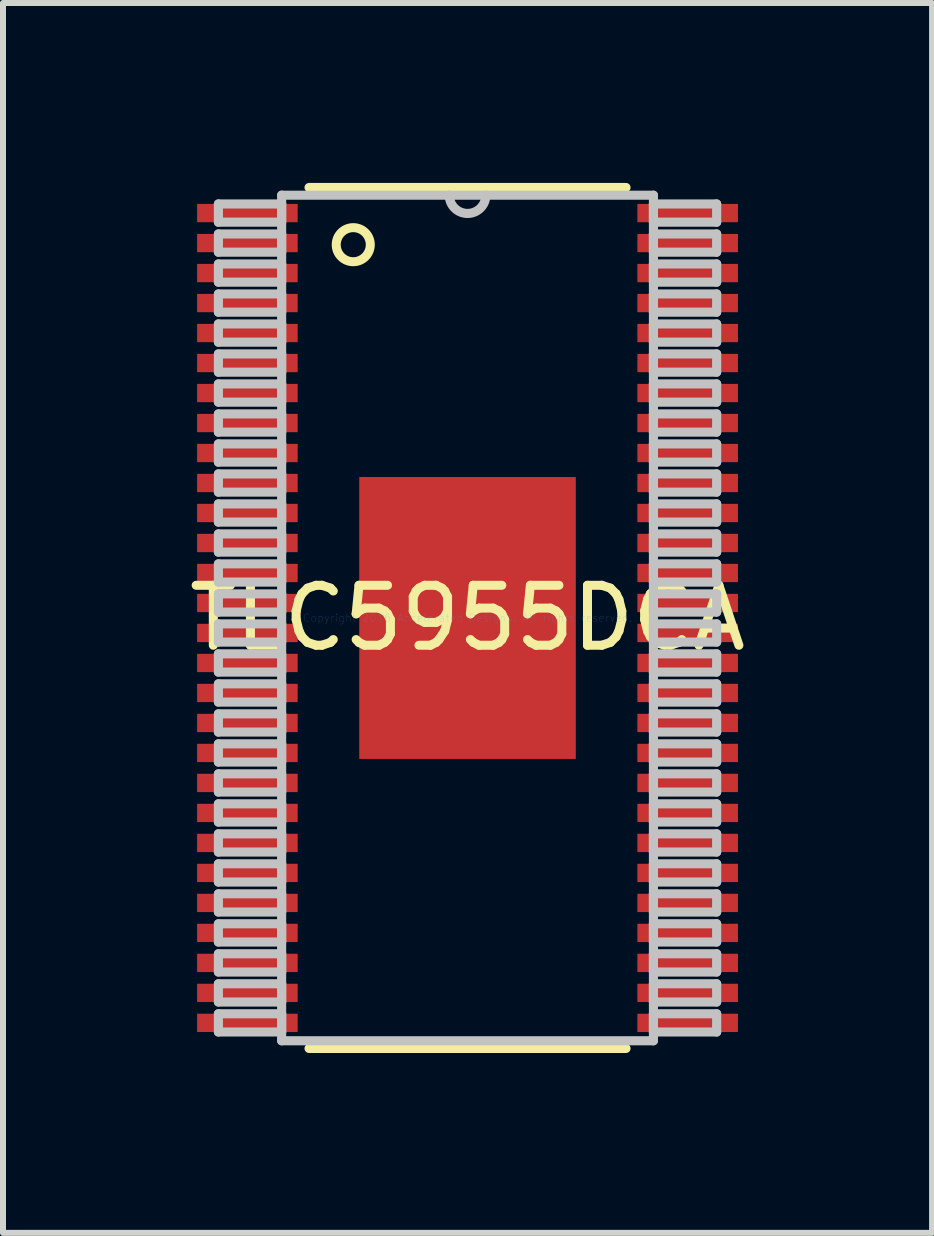
<source format=kicad_pcb>
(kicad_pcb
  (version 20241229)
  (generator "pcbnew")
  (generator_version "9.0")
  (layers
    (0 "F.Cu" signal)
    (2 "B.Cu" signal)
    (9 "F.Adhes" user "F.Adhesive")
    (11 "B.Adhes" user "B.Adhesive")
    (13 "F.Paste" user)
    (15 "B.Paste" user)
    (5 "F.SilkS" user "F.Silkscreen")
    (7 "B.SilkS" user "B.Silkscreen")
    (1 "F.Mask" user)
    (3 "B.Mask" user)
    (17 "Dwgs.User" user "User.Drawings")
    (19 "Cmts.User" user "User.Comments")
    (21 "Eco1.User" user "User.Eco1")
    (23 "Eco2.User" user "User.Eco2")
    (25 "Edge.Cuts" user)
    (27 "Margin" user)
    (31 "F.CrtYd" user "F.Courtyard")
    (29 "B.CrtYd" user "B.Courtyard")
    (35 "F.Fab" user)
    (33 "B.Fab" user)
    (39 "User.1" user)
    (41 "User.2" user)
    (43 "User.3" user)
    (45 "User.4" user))
  (footprint "TLC5955DCA"
    (layer "F.Cu")
    (at 4.744 7.252)
    (property "Reference" "TLC5955DCA" (at 0 0 0) (layer "F.SilkS") (effects (font (size 1 1) (thickness 0.15))))
    (attr smd)
    (fp_line (start -2.642 7.176) (end 2.642 7.176) (stroke (width 0.152) (type solid)) (layer "F.SilkS"))
    (fp_line (start 2.642 -7.176) (end -2.642 -7.176) (stroke (width 0.152) (type solid)) (layer "F.SilkS"))
    (fp_circle (center -1.905 -6.223) (end -1.651 -6.096) (stroke (width 0.15) (type solid)) (fill no) (layer "F.SilkS"))
    (fp_line (start -4.153 -6.902) (end -4.153 -6.598) (stroke (width 0.152) (type solid)) (layer "Dwgs.User"))
    (fp_line (start -4.153 -6.598) (end -3.099 -6.598) (stroke (width 0.152) (type solid)) (layer "Dwgs.User"))
    (fp_line (start -4.153 -6.402) (end -4.153 -6.098) (stroke (width 0.152) (type solid)) (layer "Dwgs.User"))
    (fp_line (start -4.153 -6.098) (end -3.099 -6.098) (stroke (width 0.152) (type solid)) (layer "Dwgs.User"))
    (fp_line (start -4.153 -5.902) (end -4.153 -5.598) (stroke (width 0.152) (type solid)) (layer "Dwgs.User"))
    (fp_line (start -4.153 -5.598) (end -3.099 -5.598) (stroke (width 0.152) (type solid)) (layer "Dwgs.User"))
    (fp_line (start -4.153 -5.402) (end -4.153 -5.098) (stroke (width 0.152) (type solid)) (layer "Dwgs.User"))
    (fp_line (start -4.153 -5.098) (end -3.099 -5.098) (stroke (width 0.152) (type solid)) (layer "Dwgs.User"))
    (fp_line (start -4.153 -4.902) (end -4.153 -4.598) (stroke (width 0.152) (type solid)) (layer "Dwgs.User"))
    (fp_line (start -4.153 -4.598) (end -3.099 -4.598) (stroke (width 0.152) (type solid)) (layer "Dwgs.User"))
    (fp_line (start -4.153 -4.402) (end -4.153 -4.098) (stroke (width 0.152) (type solid)) (layer "Dwgs.User"))
    (fp_line (start -4.153 -4.098) (end -3.099 -4.098) (stroke (width 0.152) (type solid)) (layer "Dwgs.User"))
    (fp_line (start -4.153 -3.902) (end -4.153 -3.598) (stroke (width 0.152) (type solid)) (layer "Dwgs.User"))
    (fp_line (start -4.153 -3.598) (end -3.099 -3.598) (stroke (width 0.152) (type solid)) (layer "Dwgs.User"))
    (fp_line (start -4.153 -3.402) (end -4.153 -3.098) (stroke (width 0.152) (type solid)) (layer "Dwgs.User"))
    (fp_line (start -4.153 -3.098) (end -3.099 -3.098) (stroke (width 0.152) (type solid)) (layer "Dwgs.User"))
    (fp_line (start -4.153 -2.902) (end -4.153 -2.598) (stroke (width 0.152) (type solid)) (layer "Dwgs.User"))
    (fp_line (start -4.153 -2.598) (end -3.099 -2.598) (stroke (width 0.152) (type solid)) (layer "Dwgs.User"))
    (fp_line (start -4.153 -2.402) (end -4.153 -2.098) (stroke (width 0.152) (type solid)) (layer "Dwgs.User"))
    (fp_line (start -4.153 -2.098) (end -3.099 -2.098) (stroke (width 0.152) (type solid)) (layer "Dwgs.User"))
    (fp_line (start -4.153 -1.902) (end -4.153 -1.598) (stroke (width 0.152) (type solid)) (layer "Dwgs.User"))
    (fp_line (start -4.153 -1.598) (end -3.099 -1.598) (stroke (width 0.152) (type solid)) (layer "Dwgs.User"))
    (fp_line (start -4.153 -1.402) (end -4.153 -1.098) (stroke (width 0.152) (type solid)) (layer "Dwgs.User"))
    (fp_line (start -4.153 -1.098) (end -3.099 -1.098) (stroke (width 0.152) (type solid)) (layer "Dwgs.User"))
    (fp_line (start -4.153 -0.902) (end -4.153 -0.598) (stroke (width 0.152) (type solid)) (layer "Dwgs.User"))
    (fp_line (start -4.153 -0.598) (end -3.099 -0.598) (stroke (width 0.152) (type solid)) (layer "Dwgs.User"))
    (fp_line (start -4.153 -0.402) (end -4.153 -0.098) (stroke (width 0.152) (type solid)) (layer "Dwgs.User"))
    (fp_line (start -4.153 -0.098) (end -3.099 -0.098) (stroke (width 0.152) (type solid)) (layer "Dwgs.User"))
    (fp_line (start -4.153 0.098) (end -4.153 0.402) (stroke (width 0.152) (type solid)) (layer "Dwgs.User"))
    (fp_line (start -4.153 0.402) (end -3.099 0.402) (stroke (width 0.152) (type solid)) (layer "Dwgs.User"))
    (fp_line (start -4.153 0.598) (end -4.153 0.902) (stroke (width 0.152) (type solid)) (layer "Dwgs.User"))
    (fp_line (start -4.153 0.902) (end -3.099 0.902) (stroke (width 0.152) (type solid)) (layer "Dwgs.User"))
    (fp_line (start -4.153 1.098) (end -4.153 1.402) (stroke (width 0.152) (type solid)) (layer "Dwgs.User"))
    (fp_line (start -4.153 1.402) (end -3.099 1.402) (stroke (width 0.152) (type solid)) (layer "Dwgs.User"))
    (fp_line (start -4.153 1.598) (end -4.153 1.902) (stroke (width 0.152) (type solid)) (layer "Dwgs.User"))
    (fp_line (start -4.153 1.902) (end -3.099 1.902) (stroke (width 0.152) (type solid)) (layer "Dwgs.User"))
    (fp_line (start -4.153 2.098) (end -4.153 2.402) (stroke (width 0.152) (type solid)) (layer "Dwgs.User"))
    (fp_line (start -4.153 2.402) (end -3.099 2.402) (stroke (width 0.152) (type solid)) (layer "Dwgs.User"))
    (fp_line (start -4.153 2.598) (end -4.153 2.902) (stroke (width 0.152) (type solid)) (layer "Dwgs.User"))
    (fp_line (start -4.153 2.902) (end -3.099 2.902) (stroke (width 0.152) (type solid)) (layer "Dwgs.User"))
    (fp_line (start -4.153 3.098) (end -4.153 3.402) (stroke (width 0.152) (type solid)) (layer "Dwgs.User"))
    (fp_line (start -4.153 3.402) (end -3.099 3.402) (stroke (width 0.152) (type solid)) (layer "Dwgs.User"))
    (fp_line (start -4.153 3.598) (end -4.153 3.902) (stroke (width 0.152) (type solid)) (layer "Dwgs.User"))
    (fp_line (start -4.153 3.902) (end -3.099 3.902) (stroke (width 0.152) (type solid)) (layer "Dwgs.User"))
    (fp_line (start -4.153 4.098) (end -4.153 4.402) (stroke (width 0.152) (type solid)) (layer "Dwgs.User"))
    (fp_line (start -4.153 4.402) (end -3.099 4.402) (stroke (width 0.152) (type solid)) (layer "Dwgs.User"))
    (fp_line (start -4.153 4.598) (end -4.153 4.902) (stroke (width 0.152) (type solid)) (layer "Dwgs.User"))
    (fp_line (start -4.153 4.902) (end -3.099 4.902) (stroke (width 0.152) (type solid)) (layer "Dwgs.User"))
    (fp_line (start -4.153 5.098) (end -4.153 5.402) (stroke (width 0.152) (type solid)) (layer "Dwgs.User"))
    (fp_line (start -4.153 5.402) (end -3.099 5.402) (stroke (width 0.152) (type solid)) (layer "Dwgs.User"))
    (fp_line (start -4.153 5.598) (end -4.153 5.902) (stroke (width 0.152) (type solid)) (layer "Dwgs.User"))
    (fp_line (start -4.153 5.902) (end -3.099 5.902) (stroke (width 0.152) (type solid)) (layer "Dwgs.User"))
    (fp_line (start -4.153 6.098) (end -4.153 6.402) (stroke (width 0.152) (type solid)) (layer "Dwgs.User"))
    (fp_line (start -4.153 6.402) (end -3.099 6.402) (stroke (width 0.152) (type solid)) (layer "Dwgs.User"))
    (fp_line (start -4.153 6.598) (end -4.153 6.902) (stroke (width 0.152) (type solid)) (layer "Dwgs.User"))
    (fp_line (start -4.153 6.902) (end -3.099 6.902) (stroke (width 0.152) (type solid)) (layer "Dwgs.User"))
    (fp_line (start -3.099 -7.048) (end -3.099 7.048) (stroke (width 0.152) (type solid)) (layer "Dwgs.User"))
    (fp_line (start -3.099 -6.902) (end -4.153 -6.902) (stroke (width 0.152) (type solid)) (layer "Dwgs.User"))
    (fp_line (start -3.099 -6.598) (end -3.099 -6.902) (stroke (width 0.152) (type solid)) (layer "Dwgs.User"))
    (fp_line (start -3.099 -6.402) (end -4.153 -6.402) (stroke (width 0.152) (type solid)) (layer "Dwgs.User"))
    (fp_line (start -3.099 -6.098) (end -3.099 -6.402) (stroke (width 0.152) (type solid)) (layer "Dwgs.User"))
    (fp_line (start -3.099 -5.902) (end -4.153 -5.902) (stroke (width 0.152) (type solid)) (layer "Dwgs.User"))
    (fp_line (start -3.099 -5.598) (end -3.099 -5.902) (stroke (width 0.152) (type solid)) (layer "Dwgs.User"))
    (fp_line (start -3.099 -5.402) (end -4.153 -5.402) (stroke (width 0.152) (type solid)) (layer "Dwgs.User"))
    (fp_line (start -3.099 -5.098) (end -3.099 -5.402) (stroke (width 0.152) (type solid)) (layer "Dwgs.User"))
    (fp_line (start -3.099 -4.902) (end -4.153 -4.902) (stroke (width 0.152) (type solid)) (layer "Dwgs.User"))
    (fp_line (start -3.099 -4.598) (end -3.099 -4.902) (stroke (width 0.152) (type solid)) (layer "Dwgs.User"))
    (fp_line (start -3.099 -4.402) (end -4.153 -4.402) (stroke (width 0.152) (type solid)) (layer "Dwgs.User"))
    (fp_line (start -3.099 -4.098) (end -3.099 -4.402) (stroke (width 0.152) (type solid)) (layer "Dwgs.User"))
    (fp_line (start -3.099 -3.902) (end -4.153 -3.902) (stroke (width 0.152) (type solid)) (layer "Dwgs.User"))
    (fp_line (start -3.099 -3.598) (end -3.099 -3.902) (stroke (width 0.152) (type solid)) (layer "Dwgs.User"))
    (fp_line (start -3.099 -3.402) (end -4.153 -3.402) (stroke (width 0.152) (type solid)) (layer "Dwgs.User"))
    (fp_line (start -3.099 -3.098) (end -3.099 -3.402) (stroke (width 0.152) (type solid)) (layer "Dwgs.User"))
    (fp_line (start -3.099 -2.902) (end -4.153 -2.902) (stroke (width 0.152) (type solid)) (layer "Dwgs.User"))
    (fp_line (start -3.099 -2.598) (end -3.099 -2.902) (stroke (width 0.152) (type solid)) (layer "Dwgs.User"))
    (fp_line (start -3.099 -2.402) (end -4.153 -2.402) (stroke (width 0.152) (type solid)) (layer "Dwgs.User"))
    (fp_line (start -3.099 -2.098) (end -3.099 -2.402) (stroke (width 0.152) (type solid)) (layer "Dwgs.User"))
    (fp_line (start -3.099 -1.902) (end -4.153 -1.902) (stroke (width 0.152) (type solid)) (layer "Dwgs.User"))
    (fp_line (start -3.099 -1.598) (end -3.099 -1.902) (stroke (width 0.152) (type solid)) (layer "Dwgs.User"))
    (fp_line (start -3.099 -1.402) (end -4.153 -1.402) (stroke (width 0.152) (type solid)) (layer "Dwgs.User"))
    (fp_line (start -3.099 -1.098) (end -3.099 -1.402) (stroke (width 0.152) (type solid)) (layer "Dwgs.User"))
    (fp_line (start -3.099 -0.902) (end -4.153 -0.902) (stroke (width 0.152) (type solid)) (layer "Dwgs.User"))
    (fp_line (start -3.099 -0.598) (end -3.099 -0.902) (stroke (width 0.152) (type solid)) (layer "Dwgs.User"))
    (fp_line (start -3.099 -0.402) (end -4.153 -0.402) (stroke (width 0.152) (type solid)) (layer "Dwgs.User"))
    (fp_line (start -3.099 -0.098) (end -3.099 -0.402) (stroke (width 0.152) (type solid)) (layer "Dwgs.User"))
    (fp_line (start -3.099 0.098) (end -4.153 0.098) (stroke (width 0.152) (type solid)) (layer "Dwgs.User"))
    (fp_line (start -3.099 0.402) (end -3.099 0.098) (stroke (width 0.152) (type solid)) (layer "Dwgs.User"))
    (fp_line (start -3.099 0.598) (end -4.153 0.598) (stroke (width 0.152) (type solid)) (layer "Dwgs.User"))
    (fp_line (start -3.099 0.902) (end -3.099 0.598) (stroke (width 0.152) (type solid)) (layer "Dwgs.User"))
    (fp_line (start -3.099 1.098) (end -4.153 1.098) (stroke (width 0.152) (type solid)) (layer "Dwgs.User"))
    (fp_line (start -3.099 1.402) (end -3.099 1.098) (stroke (width 0.152) (type solid)) (layer "Dwgs.User"))
    (fp_line (start -3.099 1.598) (end -4.153 1.598) (stroke (width 0.152) (type solid)) (layer "Dwgs.User"))
    (fp_line (start -3.099 1.902) (end -3.099 1.598) (stroke (width 0.152) (type solid)) (layer "Dwgs.User"))
    (fp_line (start -3.099 2.098) (end -4.153 2.098) (stroke (width 0.152) (type solid)) (layer "Dwgs.User"))
    (fp_line (start -3.099 2.402) (end -3.099 2.098) (stroke (width 0.152) (type solid)) (layer "Dwgs.User"))
    (fp_line (start -3.099 2.598) (end -4.153 2.598) (stroke (width 0.152) (type solid)) (layer "Dwgs.User"))
    (fp_line (start -3.099 2.902) (end -3.099 2.598) (stroke (width 0.152) (type solid)) (layer "Dwgs.User"))
    (fp_line (start -3.099 3.098) (end -4.153 3.098) (stroke (width 0.152) (type solid)) (layer "Dwgs.User"))
    (fp_line (start -3.099 3.402) (end -3.099 3.098) (stroke (width 0.152) (type solid)) (layer "Dwgs.User"))
    (fp_line (start -3.099 3.598) (end -4.153 3.598) (stroke (width 0.152) (type solid)) (layer "Dwgs.User"))
    (fp_line (start -3.099 3.902) (end -3.099 3.598) (stroke (width 0.152) (type solid)) (layer "Dwgs.User"))
    (fp_line (start -3.099 4.098) (end -4.153 4.098) (stroke (width 0.152) (type solid)) (layer "Dwgs.User"))
    (fp_line (start -3.099 4.402) (end -3.099 4.098) (stroke (width 0.152) (type solid)) (layer "Dwgs.User"))
    (fp_line (start -3.099 4.598) (end -4.153 4.598) (stroke (width 0.152) (type solid)) (layer "Dwgs.User"))
    (fp_line (start -3.099 4.902) (end -3.099 4.598) (stroke (width 0.152) (type solid)) (layer "Dwgs.User"))
    (fp_line (start -3.099 5.098) (end -4.153 5.098) (stroke (width 0.152) (type solid)) (layer "Dwgs.User"))
    (fp_line (start -3.099 5.402) (end -3.099 5.098) (stroke (width 0.152) (type solid)) (layer "Dwgs.User"))
    (fp_line (start -3.099 5.598) (end -4.153 5.598) (stroke (width 0.152) (type solid)) (layer "Dwgs.User"))
    (fp_line (start -3.099 5.902) (end -3.099 5.598) (stroke (width 0.152) (type solid)) (layer "Dwgs.User"))
    (fp_line (start -3.099 6.098) (end -4.153 6.098) (stroke (width 0.152) (type solid)) (layer "Dwgs.User"))
    (fp_line (start -3.099 6.402) (end -3.099 6.098) (stroke (width 0.152) (type solid)) (layer "Dwgs.User"))
    (fp_line (start -3.099 6.598) (end -4.153 6.598) (stroke (width 0.152) (type solid)) (layer "Dwgs.User"))
    (fp_line (start -3.099 6.902) (end -3.099 6.598) (stroke (width 0.152) (type solid)) (layer "Dwgs.User"))
    (fp_line (start -3.099 7.048) (end 3.099 7.048) (stroke (width 0.152) (type solid)) (layer "Dwgs.User"))
    (fp_line (start 3.099 -7.048) (end -3.099 -7.048) (stroke (width 0.152) (type solid)) (layer "Dwgs.User"))
    (fp_line (start 3.099 -6.902) (end 3.099 -6.598) (stroke (width 0.152) (type solid)) (layer "Dwgs.User"))
    (fp_line (start 3.099 -6.598) (end 4.153 -6.598) (stroke (width 0.152) (type solid)) (layer "Dwgs.User"))
    (fp_line (start 3.099 -6.402) (end 3.099 -6.098) (stroke (width 0.152) (type solid)) (layer "Dwgs.User"))
    (fp_line (start 3.099 -6.098) (end 4.153 -6.098) (stroke (width 0.152) (type solid)) (layer "Dwgs.User"))
    (fp_line (start 3.099 -5.902) (end 3.099 -5.598) (stroke (width 0.152) (type solid)) (layer "Dwgs.User"))
    (fp_line (start 3.099 -5.598) (end 4.153 -5.598) (stroke (width 0.152) (type solid)) (layer "Dwgs.User"))
    (fp_line (start 3.099 -5.402) (end 3.099 -5.098) (stroke (width 0.152) (type solid)) (layer "Dwgs.User"))
    (fp_line (start 3.099 -5.098) (end 4.153 -5.098) (stroke (width 0.152) (type solid)) (layer "Dwgs.User"))
    (fp_line (start 3.099 -4.902) (end 3.099 -4.598) (stroke (width 0.152) (type solid)) (layer "Dwgs.User"))
    (fp_line (start 3.099 -4.598) (end 4.153 -4.598) (stroke (width 0.152) (type solid)) (layer "Dwgs.User"))
    (fp_line (start 3.099 -4.402) (end 3.099 -4.098) (stroke (width 0.152) (type solid)) (layer "Dwgs.User"))
    (fp_line (start 3.099 -4.098) (end 4.153 -4.098) (stroke (width 0.152) (type solid)) (layer "Dwgs.User"))
    (fp_line (start 3.099 -3.902) (end 3.099 -3.598) (stroke (width 0.152) (type solid)) (layer "Dwgs.User"))
    (fp_line (start 3.099 -3.598) (end 4.153 -3.598) (stroke (width 0.152) (type solid)) (layer "Dwgs.User"))
    (fp_line (start 3.099 -3.402) (end 3.099 -3.098) (stroke (width 0.152) (type solid)) (layer "Dwgs.User"))
    (fp_line (start 3.099 -3.098) (end 4.153 -3.098) (stroke (width 0.152) (type solid)) (layer "Dwgs.User"))
    (fp_line (start 3.099 -2.902) (end 3.099 -2.598) (stroke (width 0.152) (type solid)) (layer "Dwgs.User"))
    (fp_line (start 3.099 -2.598) (end 4.153 -2.598) (stroke (width 0.152) (type solid)) (layer "Dwgs.User"))
    (fp_line (start 3.099 -2.402) (end 3.099 -2.098) (stroke (width 0.152) (type solid)) (layer "Dwgs.User"))
    (fp_line (start 3.099 -2.098) (end 4.153 -2.098) (stroke (width 0.152) (type solid)) (layer "Dwgs.User"))
    (fp_line (start 3.099 -1.902) (end 3.099 -1.598) (stroke (width 0.152) (type solid)) (layer "Dwgs.User"))
    (fp_line (start 3.099 -1.598) (end 4.153 -1.598) (stroke (width 0.152) (type solid)) (layer "Dwgs.User"))
    (fp_line (start 3.099 -1.402) (end 3.099 -1.098) (stroke (width 0.152) (type solid)) (layer "Dwgs.User"))
    (fp_line (start 3.099 -1.098) (end 4.153 -1.098) (stroke (width 0.152) (type solid)) (layer "Dwgs.User"))
    (fp_line (start 3.099 -0.902) (end 3.099 -0.598) (stroke (width 0.152) (type solid)) (layer "Dwgs.User"))
    (fp_line (start 3.099 -0.598) (end 4.153 -0.598) (stroke (width 0.152) (type solid)) (layer "Dwgs.User"))
    (fp_line (start 3.099 -0.402) (end 3.099 -0.098) (stroke (width 0.152) (type solid)) (layer "Dwgs.User"))
    (fp_line (start 3.099 -0.098) (end 4.153 -0.098) (stroke (width 0.152) (type solid)) (layer "Dwgs.User"))
    (fp_line (start 3.099 0.098) (end 3.099 0.402) (stroke (width 0.152) (type solid)) (layer "Dwgs.User"))
    (fp_line (start 3.099 0.402) (end 4.153 0.402) (stroke (width 0.152) (type solid)) (layer "Dwgs.User"))
    (fp_line (start 3.099 0.598) (end 3.099 0.902) (stroke (width 0.152) (type solid)) (layer "Dwgs.User"))
    (fp_line (start 3.099 0.902) (end 4.153 0.902) (stroke (width 0.152) (type solid)) (layer "Dwgs.User"))
    (fp_line (start 3.099 1.098) (end 3.099 1.402) (stroke (width 0.152) (type solid)) (layer "Dwgs.User"))
    (fp_line (start 3.099 1.402) (end 4.153 1.402) (stroke (width 0.152) (type solid)) (layer "Dwgs.User"))
    (fp_line (start 3.099 1.598) (end 3.099 1.902) (stroke (width 0.152) (type solid)) (layer "Dwgs.User"))
    (fp_line (start 3.099 1.902) (end 4.153 1.902) (stroke (width 0.152) (type solid)) (layer "Dwgs.User"))
    (fp_line (start 3.099 2.098) (end 3.099 2.402) (stroke (width 0.152) (type solid)) (layer "Dwgs.User"))
    (fp_line (start 3.099 2.402) (end 4.153 2.402) (stroke (width 0.152) (type solid)) (layer "Dwgs.User"))
    (fp_line (start 3.099 2.598) (end 3.099 2.902) (stroke (width 0.152) (type solid)) (layer "Dwgs.User"))
    (fp_line (start 3.099 2.902) (end 4.153 2.902) (stroke (width 0.152) (type solid)) (layer "Dwgs.User"))
    (fp_line (start 3.099 3.098) (end 3.099 3.402) (stroke (width 0.152) (type solid)) (layer "Dwgs.User"))
    (fp_line (start 3.099 3.402) (end 4.153 3.402) (stroke (width 0.152) (type solid)) (layer "Dwgs.User"))
    (fp_line (start 3.099 3.598) (end 3.099 3.902) (stroke (width 0.152) (type solid)) (layer "Dwgs.User"))
    (fp_line (start 3.099 3.902) (end 4.153 3.902) (stroke (width 0.152) (type solid)) (layer "Dwgs.User"))
    (fp_line (start 3.099 4.098) (end 3.099 4.402) (stroke (width 0.152) (type solid)) (layer "Dwgs.User"))
    (fp_line (start 3.099 4.402) (end 4.153 4.402) (stroke (width 0.152) (type solid)) (layer "Dwgs.User"))
    (fp_line (start 3.099 4.598) (end 3.099 4.902) (stroke (width 0.152) (type solid)) (layer "Dwgs.User"))
    (fp_line (start 3.099 4.902) (end 4.153 4.902) (stroke (width 0.152) (type solid)) (layer "Dwgs.User"))
    (fp_line (start 3.099 5.098) (end 3.099 5.402) (stroke (width 0.152) (type solid)) (layer "Dwgs.User"))
    (fp_line (start 3.099 5.402) (end 4.153 5.402) (stroke (width 0.152) (type solid)) (layer "Dwgs.User"))
    (fp_line (start 3.099 5.598) (end 3.099 5.902) (stroke (width 0.152) (type solid)) (layer "Dwgs.User"))
    (fp_line (start 3.099 5.902) (end 4.153 5.902) (stroke (width 0.152) (type solid)) (layer "Dwgs.User"))
    (fp_line (start 3.099 6.098) (end 3.099 6.402) (stroke (width 0.152) (type solid)) (layer "Dwgs.User"))
    (fp_line (start 3.099 6.402) (end 4.153 6.402) (stroke (width 0.152) (type solid)) (layer "Dwgs.User"))
    (fp_line (start 3.099 6.598) (end 3.099 6.902) (stroke (width 0.152) (type solid)) (layer "Dwgs.User"))
    (fp_line (start 3.099 6.902) (end 4.153 6.902) (stroke (width 0.152) (type solid)) (layer "Dwgs.User"))
    (fp_line (start 3.099 7.048) (end 3.099 -7.048) (stroke (width 0.152) (type solid)) (layer "Dwgs.User"))
    (fp_line (start 4.153 -6.902) (end 3.099 -6.902) (stroke (width 0.152) (type solid)) (layer "Dwgs.User"))
    (fp_line (start 4.153 -6.598) (end 4.153 -6.902) (stroke (width 0.152) (type solid)) (layer "Dwgs.User"))
    (fp_line (start 4.153 -6.402) (end 3.099 -6.402) (stroke (width 0.152) (type solid)) (layer "Dwgs.User"))
    (fp_line (start 4.153 -6.098) (end 4.153 -6.402) (stroke (width 0.152) (type solid)) (layer "Dwgs.User"))
    (fp_line (start 4.153 -5.902) (end 3.099 -5.902) (stroke (width 0.152) (type solid)) (layer "Dwgs.User"))
    (fp_line (start 4.153 -5.598) (end 4.153 -5.902) (stroke (width 0.152) (type solid)) (layer "Dwgs.User"))
    (fp_line (start 4.153 -5.402) (end 3.099 -5.402) (stroke (width 0.152) (type solid)) (layer "Dwgs.User"))
    (fp_line (start 4.153 -5.098) (end 4.153 -5.402) (stroke (width 0.152) (type solid)) (layer "Dwgs.User"))
    (fp_line (start 4.153 -4.902) (end 3.099 -4.902) (stroke (width 0.152) (type solid)) (layer "Dwgs.User"))
    (fp_line (start 4.153 -4.598) (end 4.153 -4.902) (stroke (width 0.152) (type solid)) (layer "Dwgs.User"))
    (fp_line (start 4.153 -4.402) (end 3.099 -4.402) (stroke (width 0.152) (type solid)) (layer "Dwgs.User"))
    (fp_line (start 4.153 -4.098) (end 4.153 -4.402) (stroke (width 0.152) (type solid)) (layer "Dwgs.User"))
    (fp_line (start 4.153 -3.902) (end 3.099 -3.902) (stroke (width 0.152) (type solid)) (layer "Dwgs.User"))
    (fp_line (start 4.153 -3.598) (end 4.153 -3.902) (stroke (width 0.152) (type solid)) (layer "Dwgs.User"))
    (fp_line (start 4.153 -3.402) (end 3.099 -3.402) (stroke (width 0.152) (type solid)) (layer "Dwgs.User"))
    (fp_line (start 4.153 -3.098) (end 4.153 -3.402) (stroke (width 0.152) (type solid)) (layer "Dwgs.User"))
    (fp_line (start 4.153 -2.902) (end 3.099 -2.902) (stroke (width 0.152) (type solid)) (layer "Dwgs.User"))
    (fp_line (start 4.153 -2.598) (end 4.153 -2.902) (stroke (width 0.152) (type solid)) (layer "Dwgs.User"))
    (fp_line (start 4.153 -2.402) (end 3.099 -2.402) (stroke (width 0.152) (type solid)) (layer "Dwgs.User"))
    (fp_line (start 4.153 -2.098) (end 4.153 -2.402) (stroke (width 0.152) (type solid)) (layer "Dwgs.User"))
    (fp_line (start 4.153 -1.902) (end 3.099 -1.902) (stroke (width 0.152) (type solid)) (layer "Dwgs.User"))
    (fp_line (start 4.153 -1.598) (end 4.153 -1.902) (stroke (width 0.152) (type solid)) (layer "Dwgs.User"))
    (fp_line (start 4.153 -1.402) (end 3.099 -1.402) (stroke (width 0.152) (type solid)) (layer "Dwgs.User"))
    (fp_line (start 4.153 -1.098) (end 4.153 -1.402) (stroke (width 0.152) (type solid)) (layer "Dwgs.User"))
    (fp_line (start 4.153 -0.902) (end 3.099 -0.902) (stroke (width 0.152) (type solid)) (layer "Dwgs.User"))
    (fp_line (start 4.153 -0.598) (end 4.153 -0.902) (stroke (width 0.152) (type solid)) (layer "Dwgs.User"))
    (fp_line (start 4.153 -0.402) (end 3.099 -0.402) (stroke (width 0.152) (type solid)) (layer "Dwgs.User"))
    (fp_line (start 4.153 -0.098) (end 4.153 -0.402) (stroke (width 0.152) (type solid)) (layer "Dwgs.User"))
    (fp_line (start 4.153 0.098) (end 3.099 0.098) (stroke (width 0.152) (type solid)) (layer "Dwgs.User"))
    (fp_line (start 4.153 0.402) (end 4.153 0.098) (stroke (width 0.152) (type solid)) (layer "Dwgs.User"))
    (fp_line (start 4.153 0.598) (end 3.099 0.598) (stroke (width 0.152) (type solid)) (layer "Dwgs.User"))
    (fp_line (start 4.153 0.902) (end 4.153 0.598) (stroke (width 0.152) (type solid)) (layer "Dwgs.User"))
    (fp_line (start 4.153 1.098) (end 3.099 1.098) (stroke (width 0.152) (type solid)) (layer "Dwgs.User"))
    (fp_line (start 4.153 1.402) (end 4.153 1.098) (stroke (width 0.152) (type solid)) (layer "Dwgs.User"))
    (fp_line (start 4.153 1.598) (end 3.099 1.598) (stroke (width 0.152) (type solid)) (layer "Dwgs.User"))
    (fp_line (start 4.153 1.902) (end 4.153 1.598) (stroke (width 0.152) (type solid)) (layer "Dwgs.User"))
    (fp_line (start 4.153 2.098) (end 3.099 2.098) (stroke (width 0.152) (type solid)) (layer "Dwgs.User"))
    (fp_line (start 4.153 2.402) (end 4.153 2.098) (stroke (width 0.152) (type solid)) (layer "Dwgs.User"))
    (fp_line (start 4.153 2.598) (end 3.099 2.598) (stroke (width 0.152) (type solid)) (layer "Dwgs.User"))
    (fp_line (start 4.153 2.902) (end 4.153 2.598) (stroke (width 0.152) (type solid)) (layer "Dwgs.User"))
    (fp_line (start 4.153 3.098) (end 3.099 3.098) (stroke (width 0.152) (type solid)) (layer "Dwgs.User"))
    (fp_line (start 4.153 3.402) (end 4.153 3.098) (stroke (width 0.152) (type solid)) (layer "Dwgs.User"))
    (fp_line (start 4.153 3.598) (end 3.099 3.598) (stroke (width 0.152) (type solid)) (layer "Dwgs.User"))
    (fp_line (start 4.153 3.902) (end 4.153 3.598) (stroke (width 0.152) (type solid)) (layer "Dwgs.User"))
    (fp_line (start 4.153 4.098) (end 3.099 4.098) (stroke (width 0.152) (type solid)) (layer "Dwgs.User"))
    (fp_line (start 4.153 4.402) (end 4.153 4.098) (stroke (width 0.152) (type solid)) (layer "Dwgs.User"))
    (fp_line (start 4.153 4.598) (end 3.099 4.598) (stroke (width 0.152) (type solid)) (layer "Dwgs.User"))
    (fp_line (start 4.153 4.902) (end 4.153 4.598) (stroke (width 0.152) (type solid)) (layer "Dwgs.User"))
    (fp_line (start 4.153 5.098) (end 3.099 5.098) (stroke (width 0.152) (type solid)) (layer "Dwgs.User"))
    (fp_line (start 4.153 5.402) (end 4.153 5.098) (stroke (width 0.152) (type solid)) (layer "Dwgs.User"))
    (fp_line (start 4.153 5.598) (end 3.099 5.598) (stroke (width 0.152) (type solid)) (layer "Dwgs.User"))
    (fp_line (start 4.153 5.902) (end 4.153 5.598) (stroke (width 0.152) (type solid)) (layer "Dwgs.User"))
    (fp_line (start 4.153 6.098) (end 3.099 6.098) (stroke (width 0.152) (type solid)) (layer "Dwgs.User"))
    (fp_line (start 4.153 6.402) (end 4.153 6.098) (stroke (width 0.152) (type solid)) (layer "Dwgs.User"))
    (fp_line (start 4.153 6.598) (end 3.099 6.598) (stroke (width 0.152) (type solid)) (layer "Dwgs.User"))
    (fp_line (start 4.153 6.902) (end 4.153 6.598) (stroke (width 0.152) (type solid)) (layer "Dwgs.User"))
    (fp_arc (start 0.3048 -7.0485) (mid 0 -6.7437) (end -0.3048 -7.0485) (stroke (width 0.1524) (type solid)) (layer "Dwgs.User"))
    (fp_text user "Copyright 2016 Accelerated Designs. All rights reserved." (at 0 0 0) (layer "Cmts.User") (effects (font (size 0.127 0.127) (thickness 0.002))))
    (pad "1" smd rect (at -3.67 -6.75) (size 1.676 0.305) (layers "F.Cu" "F.Mask" "F.Paste"))
    (pad "2" smd rect (at -3.67 -6.25) (size 1.676 0.305) (layers "F.Cu" "F.Mask" "F.Paste"))
    (pad "3" smd rect (at -3.67 -5.75) (size 1.676 0.305) (layers "F.Cu" "F.Mask" "F.Paste"))
    (pad "4" smd rect (at -3.67 -5.25) (size 1.676 0.305) (layers "F.Cu" "F.Mask" "F.Paste"))
    (pad "5" smd rect (at -3.67 -4.75) (size 1.676 0.305) (layers "F.Cu" "F.Mask" "F.Paste"))
    (pad "6" smd rect (at -3.67 -4.25) (size 1.676 0.305) (layers "F.Cu" "F.Mask" "F.Paste"))
    (pad "7" smd rect (at -3.67 -3.75) (size 1.676 0.305) (layers "F.Cu" "F.Mask" "F.Paste"))
    (pad "8" smd rect (at -3.67 -3.25) (size 1.676 0.305) (layers "F.Cu" "F.Mask" "F.Paste"))
    (pad "9" smd rect (at -3.67 -2.75) (size 1.676 0.305) (layers "F.Cu" "F.Mask" "F.Paste"))
    (pad "10" smd rect (at -3.67 -2.25) (size 1.676 0.305) (layers "F.Cu" "F.Mask" "F.Paste"))
    (pad "11" smd rect (at -3.67 -1.75) (size 1.676 0.305) (layers "F.Cu" "F.Mask" "F.Paste"))
    (pad "12" smd rect (at -3.67 -1.25) (size 1.676 0.305) (layers "F.Cu" "F.Mask" "F.Paste"))
    (pad "13" smd rect (at -3.67 -0.75) (size 1.676 0.305) (layers "F.Cu" "F.Mask" "F.Paste"))
    (pad "14" smd rect (at -3.67 -0.25) (size 1.676 0.305) (layers "F.Cu" "F.Mask" "F.Paste"))
    (pad "15" smd rect (at -3.67 0.25) (size 1.676 0.305) (layers "F.Cu" "F.Mask" "F.Paste"))
    (pad "16" smd rect (at -3.67 0.75) (size 1.676 0.305) (layers "F.Cu" "F.Mask" "F.Paste"))
    (pad "17" smd rect (at -3.67 1.25) (size 1.676 0.305) (layers "F.Cu" "F.Mask" "F.Paste"))
    (pad "18" smd rect (at -3.67 1.75) (size 1.676 0.305) (layers "F.Cu" "F.Mask" "F.Paste"))
    (pad "19" smd rect (at -3.67 2.25) (size 1.676 0.305) (layers "F.Cu" "F.Mask" "F.Paste"))
    (pad "20" smd rect (at -3.67 2.75) (size 1.676 0.305) (layers "F.Cu" "F.Mask" "F.Paste"))
    (pad "21" smd rect (at -3.67 3.25) (size 1.676 0.305) (layers "F.Cu" "F.Mask" "F.Paste"))
    (pad "22" smd rect (at -3.67 3.75) (size 1.676 0.305) (layers "F.Cu" "F.Mask" "F.Paste"))
    (pad "23" smd rect (at -3.67 4.25) (size 1.676 0.305) (layers "F.Cu" "F.Mask" "F.Paste"))
    (pad "24" smd rect (at -3.67 4.75) (size 1.676 0.305) (layers "F.Cu" "F.Mask" "F.Paste"))
    (pad "25" smd rect (at -3.67 5.25) (size 1.676 0.305) (layers "F.Cu" "F.Mask" "F.Paste"))
    (pad "26" smd rect (at -3.67 5.75) (size 1.676 0.305) (layers "F.Cu" "F.Mask" "F.Paste"))
    (pad "27" smd rect (at -3.67 6.25) (size 1.676 0.305) (layers "F.Cu" "F.Mask" "F.Paste"))
    (pad "28" smd rect (at -3.67 6.75) (size 1.676 0.305) (layers "F.Cu" "F.Mask" "F.Paste"))
    (pad "29" smd rect (at 3.67 6.75) (size 1.676 0.305) (layers "F.Cu" "F.Mask" "F.Paste"))
    (pad "30" smd rect (at 3.67 6.25) (size 1.676 0.305) (layers "F.Cu" "F.Mask" "F.Paste"))
    (pad "31" smd rect (at 3.67 5.75) (size 1.676 0.305) (layers "F.Cu" "F.Mask" "F.Paste"))
    (pad "32" smd rect (at 3.67 5.25) (size 1.676 0.305) (layers "F.Cu" "F.Mask" "F.Paste"))
    (pad "33" smd rect (at 3.67 4.75) (size 1.676 0.305) (layers "F.Cu" "F.Mask" "F.Paste"))
    (pad "34" smd rect (at 3.67 4.25) (size 1.676 0.305) (layers "F.Cu" "F.Mask" "F.Paste"))
    (pad "35" smd rect (at 3.67 3.75) (size 1.676 0.305) (layers "F.Cu" "F.Mask" "F.Paste"))
    (pad "36" smd rect (at 3.67 3.25) (size 1.676 0.305) (layers "F.Cu" "F.Mask" "F.Paste"))
    (pad "37" smd rect (at 3.67 2.75) (size 1.676 0.305) (layers "F.Cu" "F.Mask" "F.Paste"))
    (pad "38" smd rect (at 3.67 2.25) (size 1.676 0.305) (layers "F.Cu" "F.Mask" "F.Paste"))
    (pad "39" smd rect (at 3.67 1.75) (size 1.676 0.305) (layers "F.Cu" "F.Mask" "F.Paste"))
    (pad "40" smd rect (at 3.67 1.25) (size 1.676 0.305) (layers "F.Cu" "F.Mask" "F.Paste"))
    (pad "41" smd rect (at 3.67 0.75) (size 1.676 0.305) (layers "F.Cu" "F.Mask" "F.Paste"))
    (pad "42" smd rect (at 3.67 0.25) (size 1.676 0.305) (layers "F.Cu" "F.Mask" "F.Paste"))
    (pad "43" smd rect (at 3.67 -0.25) (size 1.676 0.305) (layers "F.Cu" "F.Mask" "F.Paste"))
    (pad "44" smd rect (at 3.67 -0.75) (size 1.676 0.305) (layers "F.Cu" "F.Mask" "F.Paste"))
    (pad "45" smd rect (at 3.67 -1.25) (size 1.676 0.305) (layers "F.Cu" "F.Mask" "F.Paste"))
    (pad "46" smd rect (at 3.67 -1.75) (size 1.676 0.305) (layers "F.Cu" "F.Mask" "F.Paste"))
    (pad "47" smd rect (at 3.67 -2.25) (size 1.676 0.305) (layers "F.Cu" "F.Mask" "F.Paste"))
    (pad "48" smd rect (at 3.67 -2.75) (size 1.676 0.305) (layers "F.Cu" "F.Mask" "F.Paste"))
    (pad "49" smd rect (at 3.67 -3.25) (size 1.676 0.305) (layers "F.Cu" "F.Mask" "F.Paste"))
    (pad "50" smd rect (at 3.67 -3.75) (size 1.676 0.305) (layers "F.Cu" "F.Mask" "F.Paste"))
    (pad "51" smd rect (at 3.67 -4.25) (size 1.676 0.305) (layers "F.Cu" "F.Mask" "F.Paste"))
    (pad "52" smd rect (at 3.67 -4.75) (size 1.676 0.305) (layers "F.Cu" "F.Mask" "F.Paste"))
    (pad "53" smd rect (at 3.67 -5.25) (size 1.676 0.305) (layers "F.Cu" "F.Mask" "F.Paste"))
    (pad "54" smd rect (at 3.67 -5.75) (size 1.676 0.305) (layers "F.Cu" "F.Mask" "F.Paste"))
    (pad "55" smd rect (at 3.67 -6.25) (size 1.676 0.305) (layers "F.Cu" "F.Mask" "F.Paste"))
    (pad "56" smd rect (at 3.67 -6.75) (size 1.676 0.305) (layers "F.Cu" "F.Mask" "F.Paste"))
    (pad "57" smd rect (at 0 0) (size 3.61 4.7) (layers "F.Cu" "F.Mask" "F.Paste")))
  (gr_rect
    (start -3 -3)
    (end 12.488 17.503)
    (stroke (width 0.1) (type default))
    (fill no)
    (layer "Edge.Cuts")))
</source>
